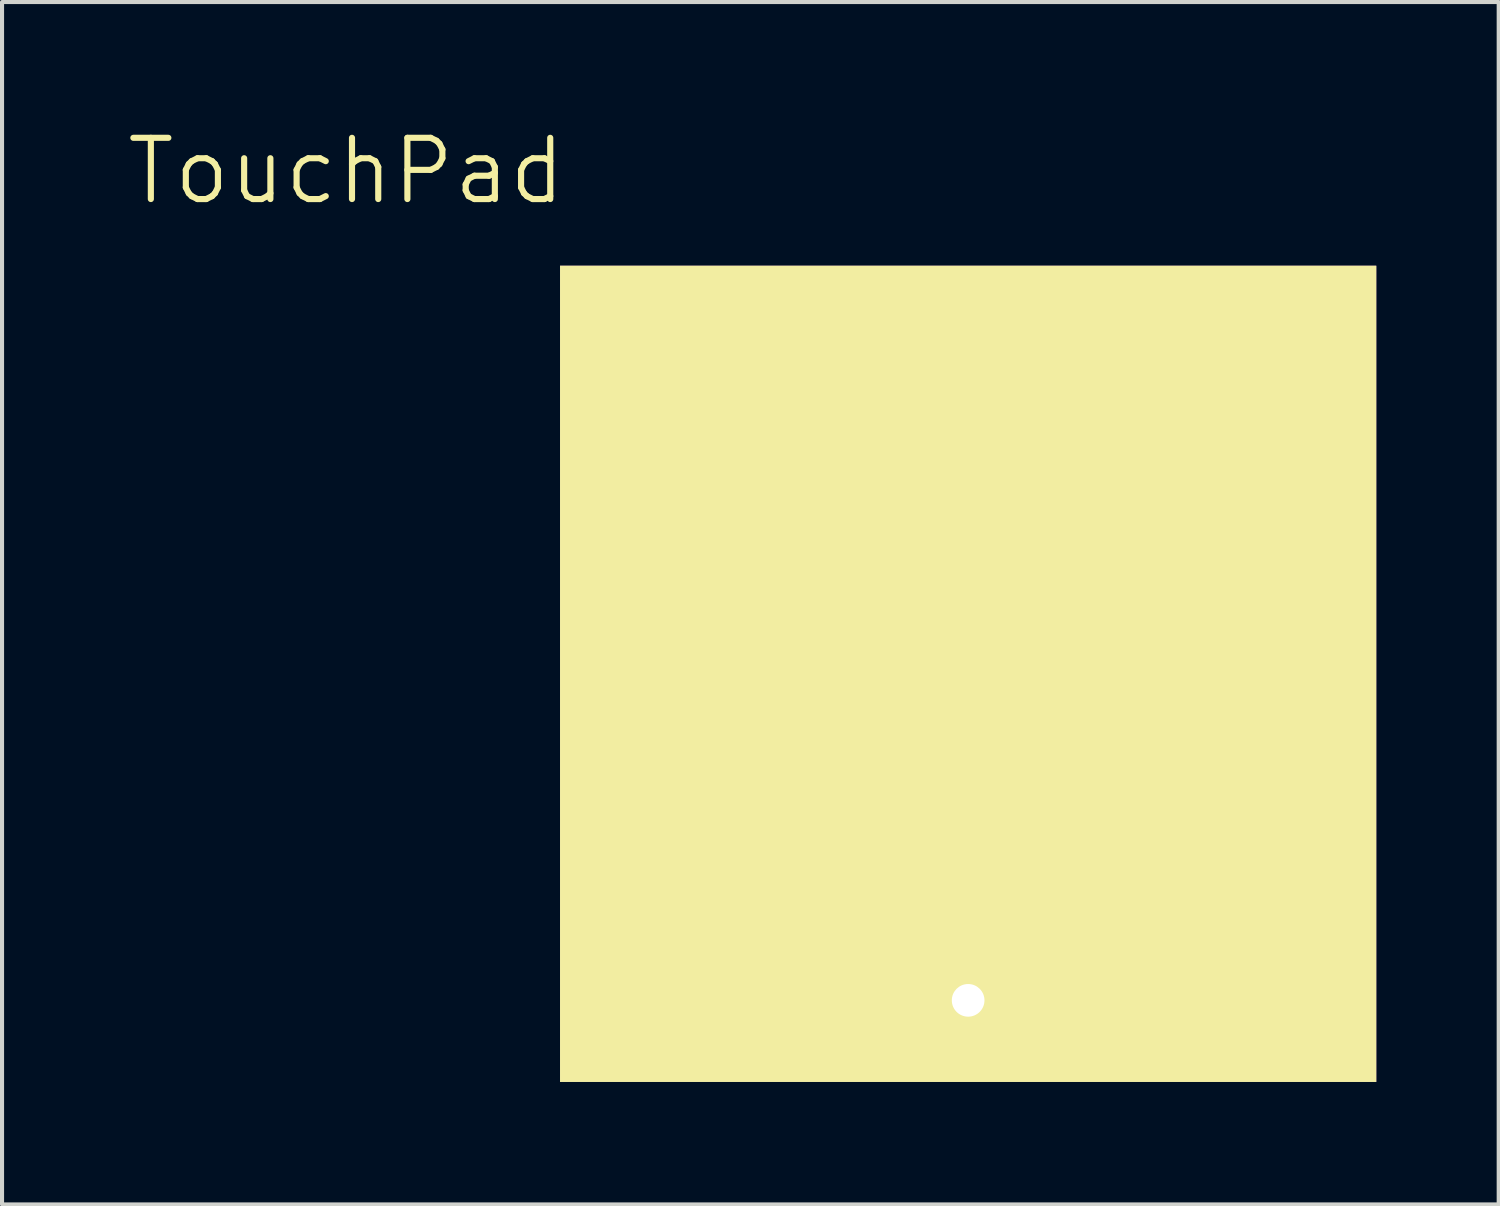
<source format=kicad_pcb>
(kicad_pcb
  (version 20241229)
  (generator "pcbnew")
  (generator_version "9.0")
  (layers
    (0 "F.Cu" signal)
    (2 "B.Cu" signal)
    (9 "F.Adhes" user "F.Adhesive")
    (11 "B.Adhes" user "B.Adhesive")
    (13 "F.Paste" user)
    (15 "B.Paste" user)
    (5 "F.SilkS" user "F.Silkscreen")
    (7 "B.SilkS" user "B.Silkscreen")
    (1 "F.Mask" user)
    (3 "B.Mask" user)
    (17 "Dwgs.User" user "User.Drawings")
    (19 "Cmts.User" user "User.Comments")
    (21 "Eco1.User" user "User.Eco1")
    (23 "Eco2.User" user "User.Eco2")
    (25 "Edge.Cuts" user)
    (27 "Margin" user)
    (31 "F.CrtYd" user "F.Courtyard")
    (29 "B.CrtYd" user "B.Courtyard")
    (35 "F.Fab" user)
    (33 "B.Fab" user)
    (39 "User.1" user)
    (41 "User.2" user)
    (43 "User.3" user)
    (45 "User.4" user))
  (footprint "TouchPad"
    (layer "F.Cu")
    (at 20.672 21.461)
    (property "Reference" "TouchPad" (at -15.24 -20.32 0) (layer "F.SilkS") (effects (font (size 1.5 1.5) (thickness 0.15))))
    (attr through_hole)
    (pad "1" thru_hole rect (at 0 0) (size 20 20) (drill 0.8 (offset 0 -8)) (layers "*.Cu" "*.Mask" "F.SilkS")))
  (gr_rect
    (start -3 -3)
    (end 33.672 26.461)
    (stroke (width 0.1) (type default))
    (fill no)
    (layer "Edge.Cuts")))
</source>
